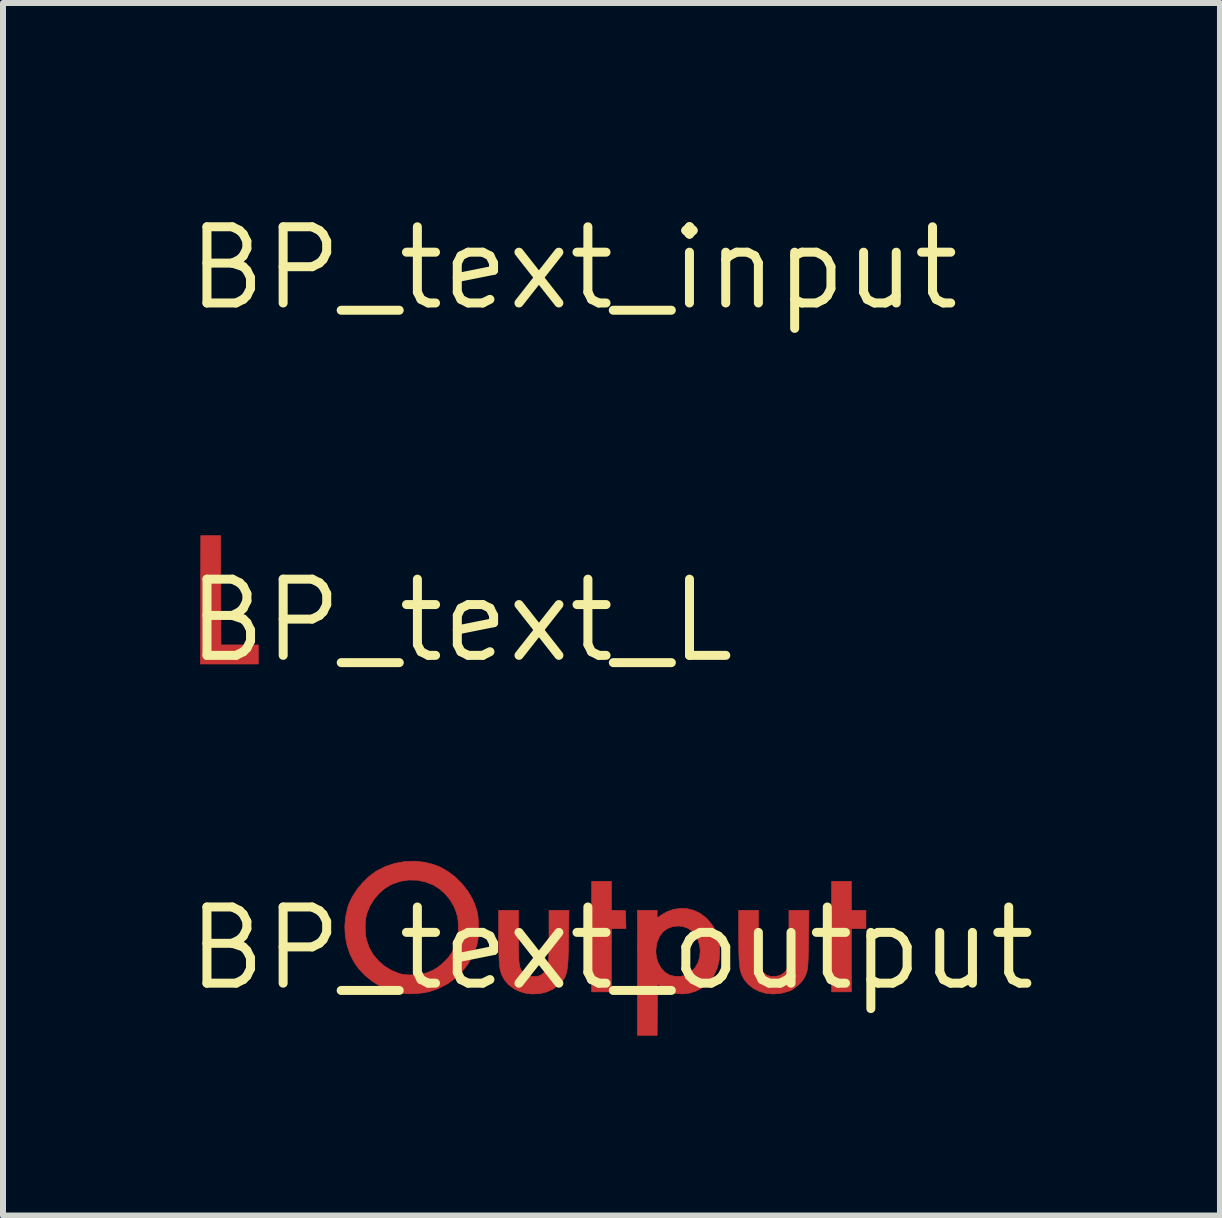
<source format=kicad_pcb>
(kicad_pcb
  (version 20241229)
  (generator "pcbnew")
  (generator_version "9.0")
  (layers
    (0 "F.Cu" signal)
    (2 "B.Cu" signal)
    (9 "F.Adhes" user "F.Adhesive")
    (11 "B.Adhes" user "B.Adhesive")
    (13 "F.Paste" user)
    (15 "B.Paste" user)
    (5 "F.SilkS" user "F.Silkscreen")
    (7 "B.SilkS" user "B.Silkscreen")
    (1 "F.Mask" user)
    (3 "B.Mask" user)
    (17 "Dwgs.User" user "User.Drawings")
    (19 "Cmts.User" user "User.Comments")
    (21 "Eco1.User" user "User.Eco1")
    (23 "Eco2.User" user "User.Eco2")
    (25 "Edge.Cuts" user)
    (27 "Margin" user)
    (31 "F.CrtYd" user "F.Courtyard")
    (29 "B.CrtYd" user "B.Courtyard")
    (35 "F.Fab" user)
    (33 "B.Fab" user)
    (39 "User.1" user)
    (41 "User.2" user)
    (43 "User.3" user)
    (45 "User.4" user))
  (footprint "BP_text_input"
    (layer "F.Cu")
    (at 6.508 1.421)
    (property "Reference" "BP_text_input" (at 0 0 0) (layer "F.SilkS") (effects (font (size 1.27 1.27) (thickness 0.15))))
    (attr through_hole)
    (fp_poly (pts (xy -4.007 0.718) (xy -4.175 0.721) (xy -4.344 0.725) (xy -4.34 -0.346) (xy -4.337 -1.416) (xy -4.007 -1.416) (xy -4.007 0.718)) (stroke (width 0.01) (type solid)) (fill yes) (layer "F.Mask"))
    (fp_poly (pts (xy 1.575 -0.635) (xy 1.816 -0.635) (xy 1.816 -0.33) (xy 1.575 -0.33) (xy 1.575 0.724) (xy 1.257 0.724) (xy 1.257 -0.33) (xy 1.118 -0.33) (xy 1.118 -0.635) (xy 1.257 -0.635) (xy 1.257 -1.118) (xy 1.575 -1.118) (xy 1.575 -0.635)) (stroke (width 0.01) (type solid)) (fill yes) (layer "F.Mask"))
    (fp_poly (pts (xy -2.775 -0.658) (xy -2.679 -0.631) (xy -2.594 -0.588) (xy -2.523 -0.529) (xy -2.472 -0.459) (xy -2.455 -0.425) (xy -2.441 -0.392) (xy -2.429 -0.355) (xy -2.42 -0.312) (xy -2.413 -0.262) (xy -2.408 -0.2) (xy -2.405 -0.124) (xy -2.402 -0.032) (xy -2.401 0.08) (xy -2.401 0.213) (xy -2.401 0.251) (xy -2.4 0.724) (xy -2.715 0.724) (xy -2.721 0.27) (xy -2.722 0.149) (xy -2.724 0.051) (xy -2.725 -0.028) (xy -2.727 -0.09) (xy -2.73 -0.137) (xy -2.733 -0.173) (xy -2.737 -0.201) (xy -2.742 -0.222) (xy -2.748 -0.241) (xy -2.751 -0.247) (xy -2.787 -0.309) (xy -2.839 -0.351) (xy -2.908 -0.375) (xy -2.91 -0.375) (xy -2.993 -0.378) (xy -3.07 -0.36) (xy -3.136 -0.321) (xy -3.178 -0.278) (xy -3.194 -0.254) (xy -3.206 -0.225) (xy -3.216 -0.19) (xy -3.224 -0.145) (xy -3.23 -0.088) (xy -3.234 -0.016) (xy -3.236 0.074) (xy -3.238 0.184) (xy -3.238 0.314) (xy -3.239 0.724) (xy -3.569 0.724) (xy -3.569 -0.635) (xy -3.239 -0.635) (xy -3.239 -0.584) (xy -3.235 -0.547) (xy -3.225 -0.534) (xy -3.207 -0.546) (xy -3.201 -0.552) (xy -3.166 -0.581) (xy -3.113 -0.611) (xy -3.05 -0.636) (xy -2.984 -0.655) (xy -2.982 -0.655) (xy -2.877 -0.667) (xy -2.775 -0.658)) (stroke (width 0.01) (type solid)) (fill yes) (layer "F.Mask"))
    (fp_poly (pts (xy 0.028 -0.187) (xy 0.03 -0.063) (xy 0.031 0.04) (xy 0.033 0.122) (xy 0.036 0.187) (xy 0.04 0.238) (xy 0.046 0.278) (xy 0.053 0.309) (xy 0.062 0.335) (xy 0.074 0.357) (xy 0.089 0.38) (xy 0.093 0.386) (xy 0.136 0.427) (xy 0.194 0.454) (xy 0.261 0.467) (xy 0.33 0.465) (xy 0.394 0.448) (xy 0.449 0.417) (xy 0.479 0.386) (xy 0.494 0.363) (xy 0.506 0.341) (xy 0.516 0.316) (xy 0.524 0.287) (xy 0.53 0.249) (xy 0.534 0.201) (xy 0.537 0.14) (xy 0.54 0.062) (xy 0.541 -0.035) (xy 0.543 -0.153) (xy 0.543 -0.187) (xy 0.548 -0.635) (xy 0.864 -0.635) (xy 0.863 -0.187) (xy 0.863 -0.051) (xy 0.862 0.064) (xy 0.86 0.158) (xy 0.856 0.235) (xy 0.851 0.298) (xy 0.844 0.35) (xy 0.834 0.394) (xy 0.822 0.431) (xy 0.808 0.466) (xy 0.792 0.496) (xy 0.733 0.579) (xy 0.655 0.648) (xy 0.562 0.702) (xy 0.457 0.738) (xy 0.344 0.757) (xy 0.225 0.757) (xy 0.132 0.743) (xy 0.021 0.707) (xy -0.076 0.652) (xy -0.158 0.58) (xy -0.221 0.494) (xy -0.264 0.394) (xy -0.278 0.337) (xy -0.282 0.304) (xy -0.285 0.247) (xy -0.288 0.17) (xy -0.29 0.076) (xy -0.291 -0.033) (xy -0.292 -0.154) (xy -0.292 -0.186) (xy -0.292 -0.635) (xy 0.024 -0.635) (xy 0.028 -0.187)) (stroke (width 0.01) (type solid)) (fill yes) (layer "F.Mask"))
    (fp_poly (pts (xy -1.19 -0.666) (xy -1.066 -0.639) (xy -0.954 -0.592) (xy -0.856 -0.524) (xy -0.772 -0.438) (xy -0.704 -0.337) (xy -0.653 -0.221) (xy -0.621 -0.092) (xy -0.61 0.047) (xy -0.61 0.051) (xy -0.621 0.193) (xy -0.655 0.325) (xy -0.711 0.444) (xy -0.789 0.551) (xy -0.802 0.566) (xy -0.894 0.647) (xy -0.996 0.706) (xy -1.105 0.743) (xy -1.218 0.759) (xy -1.331 0.752) (xy -1.442 0.722) (xy -1.548 0.67) (xy -1.61 0.626) (xy -1.664 0.582) (xy -1.664 1.448) (xy -1.981 1.448) (xy -1.981 0.044) (xy -1.67 0.044) (xy -1.669 0.111) (xy -1.666 0.159) (xy -1.66 0.196) (xy -1.649 0.228) (xy -1.641 0.248) (xy -1.591 0.33) (xy -1.525 0.395) (xy -1.449 0.441) (xy -1.365 0.466) (xy -1.276 0.469) (xy -1.193 0.451) (xy -1.111 0.409) (xy -1.043 0.348) (xy -0.991 0.27) (xy -0.957 0.179) (xy -0.942 0.076) (xy -0.943 0.011) (xy -0.961 -0.094) (xy -0.996 -0.185) (xy -1.048 -0.26) (xy -1.114 -0.318) (xy -1.194 -0.356) (xy -1.284 -0.373) (xy -1.308 -0.373) (xy -1.405 -0.361) (xy -1.491 -0.326) (xy -1.564 -0.269) (xy -1.623 -0.193) (xy -1.643 -0.154) (xy -1.656 -0.122) (xy -1.664 -0.088) (xy -1.668 -0.045) (xy -1.67 0.014) (xy -1.67 0.044) (xy -1.981 0.044) (xy -1.981 -0.635) (xy -1.664 -0.635) (xy -1.664 -0.493) (xy -1.619 -0.532) (xy -1.536 -0.59) (xy -1.439 -0.633) (xy -1.335 -0.66) (xy -1.232 -0.669) (xy -1.19 -0.666)) (stroke (width 0.01) (type solid)) (fill yes) (layer "F.Mask")))
  (footprint "BP_text_output"
    (layer "F.Cu")
    (at 7.143 12.76)
    (property "Reference" "BP_text_output" (at 0 0 0) (layer "F.SilkS") (effects (font (size 1.27 1.27) (thickness 0.15))))
    (attr through_hole)
    (fp_poly (pts (xy 0 -0.636) (xy 0.235 -0.629) (xy 0.242 -0.33) (xy 0 -0.33) (xy 0 0.724) (xy -0.33 0.724) (xy -0.33 -0.33) (xy -0.457 -0.33) (xy -0.457 -0.635) (xy -0.33 -0.635) (xy -0.33 -1.118) (xy 0 -1.118) (xy 0 -0.636)) (stroke (width 0.01) (type solid)) (fill yes) (layer "F.Cu"))
    (fp_poly (pts (xy 4 -0.635) (xy 4.242 -0.635) (xy 4.242 -0.33) (xy 4 -0.33) (xy 4 0.724) (xy 3.67 0.724) (xy 3.67 -0.33) (xy 3.543 -0.33) (xy 3.543 -0.635) (xy 3.67 -0.635) (xy 3.67 -1.118) (xy 4 -1.118) (xy 4 -0.635)) (stroke (width 0.01) (type solid)) (fill yes) (layer "F.Cu"))
    (fp_poly (pts (xy -1.549 -0.199) (xy -1.549 -0.069) (xy -1.548 0.039) (xy -1.546 0.127) (xy -1.543 0.197) (xy -1.538 0.252) (xy -1.531 0.295) (xy -1.522 0.329) (xy -1.51 0.355) (xy -1.494 0.377) (xy -1.476 0.398) (xy -1.47 0.403) (xy -1.407 0.448) (xy -1.334 0.469) (xy -1.25 0.467) (xy -1.204 0.457) (xy -1.157 0.433) (xy -1.112 0.39) (xy -1.076 0.337) (xy -1.055 0.286) (xy -1.051 0.255) (xy -1.048 0.201) (xy -1.045 0.124) (xy -1.043 0.027) (xy -1.042 -0.09) (xy -1.041 -0.202) (xy -1.041 -0.635) (xy -0.708 -0.635) (xy -0.715 -0.168) (xy -0.717 -0.024) (xy -0.72 0.097) (xy -0.724 0.198) (xy -0.73 0.282) (xy -0.739 0.351) (xy -0.75 0.407) (xy -0.765 0.454) (xy -0.784 0.494) (xy -0.809 0.53) (xy -0.838 0.564) (xy -0.873 0.599) (xy -0.888 0.613) (xy -0.978 0.68) (xy -1.083 0.727) (xy -1.199 0.754) (xy -1.322 0.76) (xy -1.422 0.749) (xy -1.529 0.719) (xy -1.627 0.671) (xy -1.713 0.606) (xy -1.781 0.528) (xy -1.821 0.458) (xy -1.836 0.421) (xy -1.848 0.381) (xy -1.858 0.335) (xy -1.865 0.28) (xy -1.871 0.213) (xy -1.875 0.132) (xy -1.878 0.034) (xy -1.879 -0.084) (xy -1.88 -0.224) (xy -1.88 -0.232) (xy -1.88 -0.635) (xy -1.549 -0.635) (xy -1.549 -0.199)) (stroke (width 0.01) (type solid)) (fill yes) (layer "F.Cu"))
    (fp_poly (pts (xy 1.267 -0.661) (xy 1.379 -0.632) (xy 1.483 -0.581) (xy 1.578 -0.509) (xy 1.608 -0.479) (xy 1.686 -0.382) (xy 1.744 -0.28) (xy 1.781 -0.169) (xy 1.801 -0.044) (xy 1.805 0.057) (xy 1.795 0.198) (xy 1.765 0.324) (xy 1.715 0.436) (xy 1.645 0.537) (xy 1.607 0.578) (xy 1.514 0.655) (xy 1.411 0.711) (xy 1.301 0.745) (xy 1.189 0.759) (xy 1.076 0.751) (xy 0.967 0.721) (xy 0.866 0.669) (xy 0.819 0.636) (xy 0.768 0.595) (xy 0.762 1.448) (xy 0.432 1.448) (xy 0.432 0.055) (xy 0.739 0.055) (xy 0.751 0.152) (xy 0.779 0.243) (xy 0.824 0.323) (xy 0.882 0.389) (xy 0.952 0.437) (xy 0.983 0.449) (xy 1.062 0.467) (xy 1.146 0.467) (xy 1.225 0.45) (xy 1.251 0.44) (xy 1.332 0.388) (xy 1.397 0.318) (xy 1.444 0.234) (xy 1.472 0.139) (xy 1.48 0.035) (xy 1.473 -0.033) (xy 1.446 -0.135) (xy 1.402 -0.221) (xy 1.343 -0.29) (xy 1.269 -0.339) (xy 1.184 -0.367) (xy 1.111 -0.374) (xy 1.014 -0.362) (xy 0.929 -0.329) (xy 0.859 -0.276) (xy 0.803 -0.203) (xy 0.764 -0.111) (xy 0.748 -0.045) (xy 0.739 0.055) (xy 0.432 0.055) (xy 0.432 -0.635) (xy 0.762 -0.635) (xy 0.762 -0.506) (xy 0.824 -0.552) (xy 0.928 -0.613) (xy 1.039 -0.652) (xy 1.153 -0.667) (xy 1.267 -0.661)) (stroke (width 0.01) (type solid)) (fill yes) (layer "F.Cu"))
    (fp_poly (pts (xy 2.451 -0.199) (xy 2.451 -0.068) (xy 2.452 0.04) (xy 2.454 0.127) (xy 2.457 0.198) (xy 2.462 0.253) (xy 2.469 0.296) (xy 2.479 0.33) (xy 2.492 0.357) (xy 2.508 0.379) (xy 2.528 0.4) (xy 2.539 0.41) (xy 2.592 0.447) (xy 2.647 0.464) (xy 2.734 0.468) (xy 2.807 0.451) (xy 2.868 0.413) (xy 2.871 0.41) (xy 2.893 0.39) (xy 2.911 0.369) (xy 2.925 0.344) (xy 2.936 0.315) (xy 2.945 0.277) (xy 2.951 0.228) (xy 2.955 0.165) (xy 2.957 0.087) (xy 2.959 -0.011) (xy 2.959 -0.13) (xy 2.959 -0.199) (xy 2.959 -0.635) (xy 3.292 -0.635) (xy 3.286 -0.162) (xy 3.284 -0.031) (xy 3.282 0.077) (xy 3.28 0.166) (xy 3.276 0.238) (xy 3.272 0.296) (xy 3.266 0.343) (xy 3.259 0.381) (xy 3.249 0.414) (xy 3.237 0.445) (xy 3.223 0.476) (xy 3.216 0.49) (xy 3.18 0.544) (xy 3.127 0.599) (xy 3.065 0.651) (xy 3.002 0.693) (xy 2.963 0.711) (xy 2.83 0.748) (xy 2.696 0.76) (xy 2.578 0.749) (xy 2.471 0.719) (xy 2.372 0.67) (xy 2.287 0.605) (xy 2.218 0.526) (xy 2.179 0.457) (xy 2.165 0.421) (xy 2.153 0.382) (xy 2.143 0.336) (xy 2.136 0.281) (xy 2.13 0.214) (xy 2.126 0.132) (xy 2.123 0.034) (xy 2.122 -0.085) (xy 2.121 -0.225) (xy 2.121 -0.244) (xy 2.121 -0.635) (xy 2.451 -0.635) (xy 2.451 -0.199)) (stroke (width 0.01) (type solid)) (fill yes) (layer "F.Cu"))
    (fp_poly (pts (xy -3.125 -1.438) (xy -2.969 -1.4) (xy -2.854 -1.355) (xy -2.725 -1.282) (xy -2.603 -1.189) (xy -2.492 -1.079) (xy -2.396 -0.957) (xy -2.32 -0.828) (xy -2.291 -0.764) (xy -2.262 -0.688) (xy -2.242 -0.62) (xy -2.228 -0.555) (xy -2.221 -0.483) (xy -2.218 -0.397) (xy -2.218 -0.337) (xy -2.219 -0.258) (xy -2.221 -0.198) (xy -2.225 -0.15) (xy -2.233 -0.107) (xy -2.244 -0.063) (xy -2.253 -0.032) (xy -2.312 0.12) (xy -2.392 0.261) (xy -2.491 0.388) (xy -2.608 0.5) (xy -2.739 0.594) (xy -2.883 0.668) (xy -3.037 0.721) (xy -3.051 0.724) (xy -3.142 0.741) (xy -3.244 0.752) (xy -3.348 0.757) (xy -3.445 0.754) (xy -3.526 0.744) (xy -3.688 0.701) (xy -3.841 0.637) (xy -3.982 0.552) (xy -4.109 0.45) (xy -4.218 0.332) (xy -4.286 0.237) (xy -4.357 0.099) (xy -4.407 -0.049) (xy -4.437 -0.205) (xy -4.445 -0.365) (xy -4.443 -0.392) (xy -4.105 -0.392) (xy -4.104 -0.298) (xy -4.097 -0.208) (xy -4.084 -0.141) (xy -4.039 -0.014) (xy -3.972 0.103) (xy -3.885 0.207) (xy -3.782 0.296) (xy -3.664 0.368) (xy -3.534 0.42) (xy -3.517 0.425) (xy -3.449 0.437) (xy -3.365 0.442) (xy -3.275 0.44) (xy -3.187 0.43) (xy -3.108 0.415) (xy -3.072 0.404) (xy -2.982 0.366) (xy -2.905 0.322) (xy -2.834 0.266) (xy -2.773 0.209) (xy -2.716 0.147) (xy -2.672 0.087) (xy -2.635 0.02) (xy -2.631 0.011) (xy -2.593 -0.077) (xy -2.569 -0.158) (xy -2.556 -0.242) (xy -2.552 -0.34) (xy -2.552 -0.349) (xy -2.555 -0.448) (xy -2.567 -0.533) (xy -2.591 -0.614) (xy -2.627 -0.701) (xy -2.631 -0.71) (xy -2.693 -0.814) (xy -2.773 -0.91) (xy -2.866 -0.992) (xy -2.966 -1.055) (xy -2.972 -1.058) (xy -3.105 -1.11) (xy -3.242 -1.137) (xy -3.381 -1.14) (xy -3.518 -1.119) (xy -3.652 -1.073) (xy -3.683 -1.058) (xy -3.785 -0.995) (xy -3.879 -0.912) (xy -3.962 -0.812) (xy -4.029 -0.703) (xy -4.076 -0.587) (xy -4.085 -0.557) (xy -4.098 -0.482) (xy -4.105 -0.392) (xy -4.443 -0.392) (xy -4.432 -0.524) (xy -4.397 -0.679) (xy -4.376 -0.743) (xy -4.32 -0.862) (xy -4.243 -0.98) (xy -4.151 -1.092) (xy -4.048 -1.193) (xy -3.938 -1.277) (xy -3.904 -1.298) (xy -3.76 -1.369) (xy -3.607 -1.419) (xy -3.447 -1.447) (xy -3.285 -1.454) (xy -3.125 -1.438)) (stroke (width 0.01) (type solid)) (fill yes) (layer "F.Cu")))
  (footprint "BP_text_L"
    (layer "F.Cu")
    (at 4.634 7.295)
    (property "Reference" "BP_text_L" (at 0 0 0) (layer "F.SilkS") (effects (font (size 1.27 1.27) (thickness 0.15))))
    (attr through_hole)
    (fp_poly (pts (xy -4 0.406) (xy -3.378 0.406) (xy -3.378 0.724) (xy -4.344 0.724) (xy -4.34 -0.346) (xy -4.337 -1.416) (xy -4.007 -1.416) (xy -4 0.406)) (stroke (width 0.01) (type solid)) (fill yes) (layer "F.Cu"))
    (fp_poly (pts (xy -4 0.406) (xy -3.378 0.406) (xy -3.378 0.724) (xy -4.344 0.724) (xy -4.34 -0.346) (xy -4.337 -1.416) (xy -4.007 -1.416) (xy -4 0.406)) (stroke (width 0.01) (type solid)) (fill yes) (layer "F.Mask")))
  (gr_rect
    (start -3 -3)
    (end 17.287 17.213)
    (stroke (width 0.1) (type default))
    (fill no)
    (layer "Edge.Cuts")))
</source>
